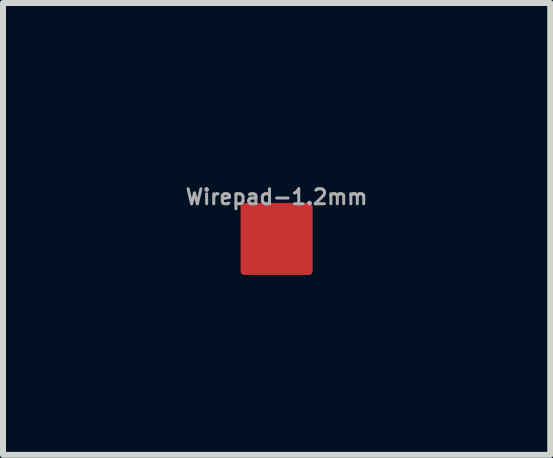
<source format=kicad_pcb>
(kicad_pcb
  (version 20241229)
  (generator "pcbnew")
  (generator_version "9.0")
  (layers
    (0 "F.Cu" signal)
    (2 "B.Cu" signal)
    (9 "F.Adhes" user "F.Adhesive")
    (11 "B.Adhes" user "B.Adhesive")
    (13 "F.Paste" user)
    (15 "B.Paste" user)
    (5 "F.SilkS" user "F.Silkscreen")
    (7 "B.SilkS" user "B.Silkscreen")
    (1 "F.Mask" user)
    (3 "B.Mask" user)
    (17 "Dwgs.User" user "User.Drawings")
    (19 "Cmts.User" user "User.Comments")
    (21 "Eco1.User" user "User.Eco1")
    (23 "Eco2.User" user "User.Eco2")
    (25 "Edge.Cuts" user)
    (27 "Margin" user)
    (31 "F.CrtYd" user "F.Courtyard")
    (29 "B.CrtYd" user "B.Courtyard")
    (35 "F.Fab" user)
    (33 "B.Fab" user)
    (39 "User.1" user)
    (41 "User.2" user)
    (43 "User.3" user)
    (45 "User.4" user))
  (footprint "Wirepad-1.2mm"
    (layer "F.Cu")
    (at 1.562 0.934)
    (property "Reference" "Wirepad-1.2mm" (at 0 -0.7 0) (layer "F.Fab") (effects (font (size 0.25 0.25) (thickness 0.05))))
    (attr smd)
    (pad "1" smd roundrect (at 0 0 90) (size 1.2 1.2) (layers "F.Cu" "F.Mask" "F.Paste") (roundrect_rratio 0.05)))
  (gr_rect
    (start -3 -3)
    (end 6.124 4.534)
    (stroke (width 0.1) (type default))
    (fill no)
    (layer "Edge.Cuts")))
</source>
